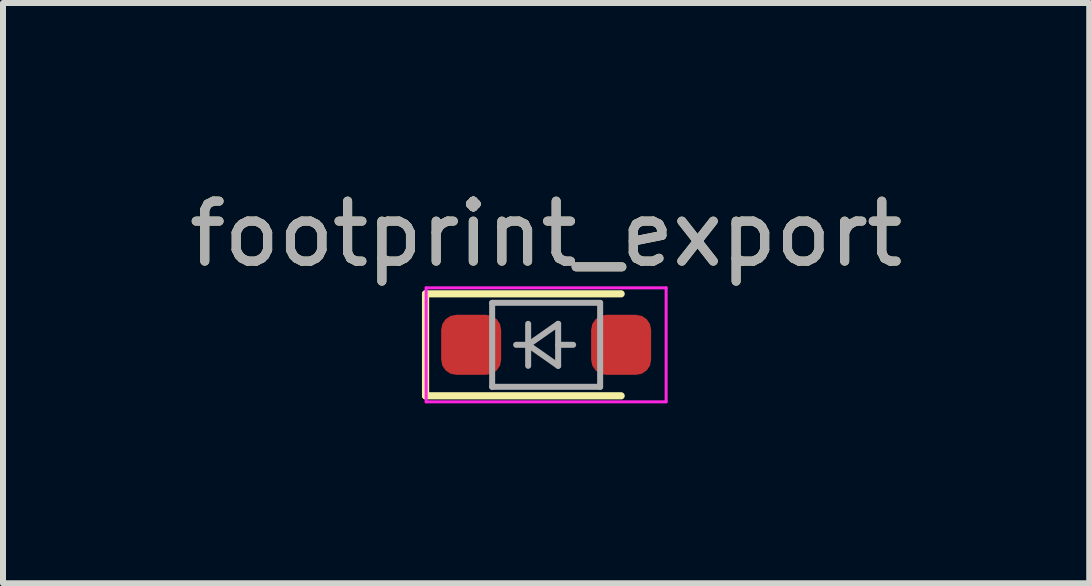
<source format=kicad_pcb>
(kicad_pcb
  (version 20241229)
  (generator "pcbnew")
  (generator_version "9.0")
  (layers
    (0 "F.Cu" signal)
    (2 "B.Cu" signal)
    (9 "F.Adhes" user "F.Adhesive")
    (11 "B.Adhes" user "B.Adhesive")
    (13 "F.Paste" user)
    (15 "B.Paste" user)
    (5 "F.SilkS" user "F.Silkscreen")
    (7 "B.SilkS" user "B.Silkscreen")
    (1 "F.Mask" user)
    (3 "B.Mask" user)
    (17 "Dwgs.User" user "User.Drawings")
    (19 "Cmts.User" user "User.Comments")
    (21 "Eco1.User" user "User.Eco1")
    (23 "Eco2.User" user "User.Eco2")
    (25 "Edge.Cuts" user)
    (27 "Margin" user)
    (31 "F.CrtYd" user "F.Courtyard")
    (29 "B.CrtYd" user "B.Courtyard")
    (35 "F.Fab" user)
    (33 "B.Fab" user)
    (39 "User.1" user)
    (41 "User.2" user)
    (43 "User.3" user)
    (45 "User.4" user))
  (footprint "footprint_export"
    (layer "F.Cu")
    (at 6.054 2.698)
    (property "Reference" "footprint_export" (at 0 -1.85 0) (layer "F.SilkS") (effects (font (size 1 1) (thickness 0.15))))
    (attr smd)
    (fp_line (start -2.01 -0.85) (end -2.01 0.85) (stroke (width 0.12) (type solid)) (layer "F.SilkS"))
    (fp_line (start -2.01 -0.85) (end 1.25 -0.85) (stroke (width 0.12) (type solid)) (layer "F.SilkS"))
    (fp_line (start -2.01 0.85) (end 1.25 0.85) (stroke (width 0.12) (type solid)) (layer "F.SilkS"))
    (fp_line (start -2 -0.95) (end -2 0.95) (stroke (width 0.05) (type solid)) (layer "F.CrtYd"))
    (fp_line (start -2 -0.95) (end 2 -0.95) (stroke (width 0.05) (type solid)) (layer "F.CrtYd"))
    (fp_line (start -2 0.95) (end 2 0.95) (stroke (width 0.05) (type solid)) (layer "F.CrtYd"))
    (fp_line (start 2 -0.95) (end 2 0.95) (stroke (width 0.05) (type solid)) (layer "F.CrtYd"))
    (fp_line (start -0.9 -0.7) (end 0.9 -0.7) (stroke (width 0.1) (type solid)) (layer "F.Fab"))
    (fp_line (start -0.9 0.7) (end -0.9 -0.7) (stroke (width 0.1) (type solid)) (layer "F.Fab"))
    (fp_line (start -0.3 -0.35) (end -0.3 0.35) (stroke (width 0.1) (type solid)) (layer "F.Fab"))
    (fp_line (start -0.3 0) (end -0.5 0) (stroke (width 0.1) (type solid)) (layer "F.Fab"))
    (fp_line (start -0.3 0) (end 0.2 -0.35) (stroke (width 0.1) (type solid)) (layer "F.Fab"))
    (fp_line (start 0.2 -0.35) (end 0.2 0.35) (stroke (width 0.1) (type solid)) (layer "F.Fab"))
    (fp_line (start 0.2 0) (end 0.45 0) (stroke (width 0.1) (type solid)) (layer "F.Fab"))
    (fp_line (start 0.2 0.35) (end -0.3 0) (stroke (width 0.1) (type solid)) (layer "F.Fab"))
    (fp_line (start 0.9 -0.7) (end 0.9 0.7) (stroke (width 0.1) (type solid)) (layer "F.Fab"))
    (fp_line (start 0.9 0.7) (end -0.9 0.7) (stroke (width 0.1) (type solid)) (layer "F.Fab"))
    (fp_text user "${REFERENCE}" (at 0 -1.85 0) (layer "F.Fab") (effects (font (size 1 1) (thickness 0.15))))
    (pad "1" smd roundrect (at -1.25 0) (size 1 1) (layers "F.Cu" "F.Mask" "F.Paste") (roundrect_rratio 0.25))
    (pad "2" smd roundrect (at 1.25 0) (size 1 1) (layers "F.Cu" "F.Mask" "F.Paste") (roundrect_rratio 0.25)))
  (gr_rect
    (start -3 -3)
    (end 15.107 6.673)
    (stroke (width 0.1) (type default))
    (fill no)
    (layer "Edge.Cuts")))
</source>
